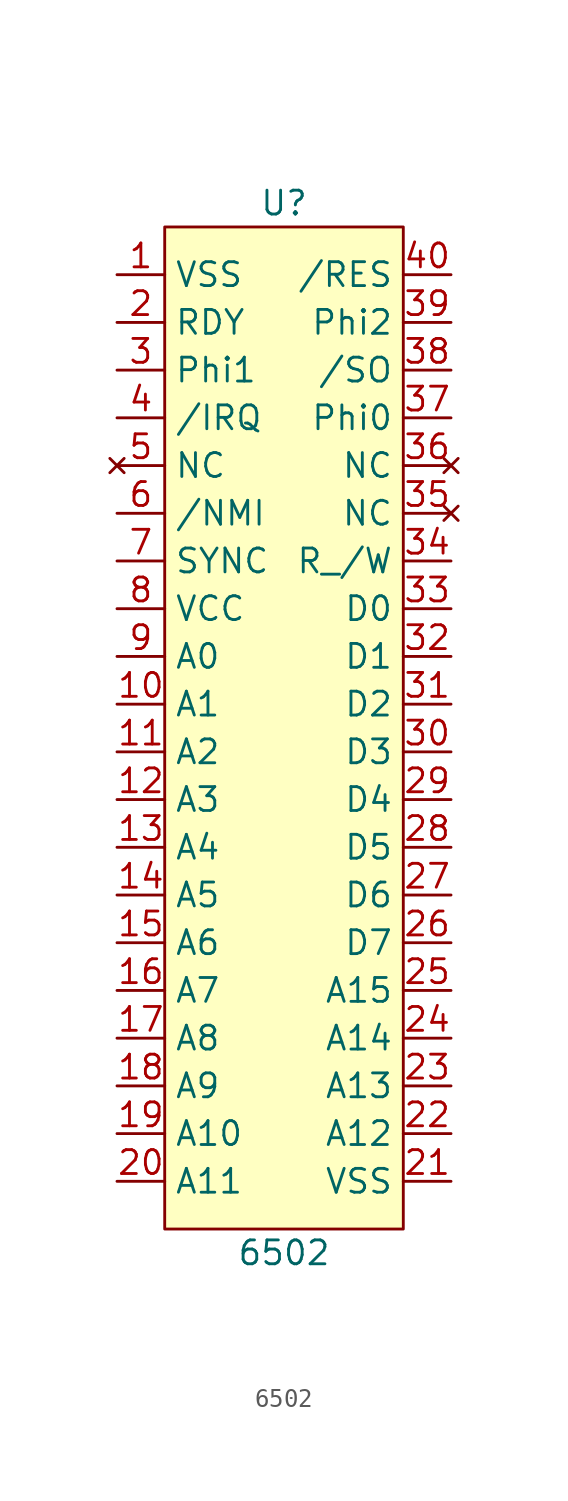
<source format=kicad_sym>
(kicad_symbol_lib
  (version 20220914)
  (generator kicad_symbol_editor)
  (symbol "6502"
    (property "Reference" "U"
      (at 0 27.94 0)
      (effects (font (size 1.27 1.27))))
    (property "Value" "6502"
      (at 0 -27.94 0)
      (effects (font (size 1.27 1.27))))
    (symbol "6502_0_1"
      (rectangle (start -6.35 26.67) (end 6.35 -26.67) (stroke (width 0) (type default)) (fill (type background))))
    (symbol "6502_1_1"
      (pin power_in line (at -8.89 24.13 0) (length 2.54) (name "VSS" (effects (font (size 1.27 1.27)))) (number "1" (effects (font (size 1.27 1.27)))))
      (pin output line (at -8.89 1.27 0) (length 2.54) (name "A1" (effects (font (size 1.27 1.27)))) (number "10" (effects (font (size 1.27 1.27)))))
      (pin output line (at -8.89 -1.27 0) (length 2.54) (name "A2" (effects (font (size 1.27 1.27)))) (number "11" (effects (font (size 1.27 1.27)))))
      (pin output line (at -8.89 -3.81 0) (length 2.54) (name "A3" (effects (font (size 1.27 1.27)))) (number "12" (effects (font (size 1.27 1.27)))))
      (pin output line (at -8.89 -6.35 0) (length 2.54) (name "A4" (effects (font (size 1.27 1.27)))) (number "13" (effects (font (size 1.27 1.27)))))
      (pin output line (at -8.89 -8.89 0) (length 2.54) (name "A5" (effects (font (size 1.27 1.27)))) (number "14" (effects (font (size 1.27 1.27)))))
      (pin output line (at -8.89 -11.43 0) (length 2.54) (name "A6" (effects (font (size 1.27 1.27)))) (number "15" (effects (font (size 1.27 1.27)))))
      (pin output line (at -8.89 -13.97 0) (length 2.54) (name "A7" (effects (font (size 1.27 1.27)))) (number "16" (effects (font (size 1.27 1.27)))))
      (pin output line (at -8.89 -16.51 0) (length 2.54) (name "A8" (effects (font (size 1.27 1.27)))) (number "17" (effects (font (size 1.27 1.27)))))
      (pin output line (at -8.89 -19.05 0) (length 2.54) (name "A9" (effects (font (size 1.27 1.27)))) (number "18" (effects (font (size 1.27 1.27)))))
      (pin output line (at -8.89 -21.59 0) (length 2.54) (name "A10" (effects (font (size 1.27 1.27)))) (number "19" (effects (font (size 1.27 1.27)))))
      (pin input line (at -8.89 21.59 0) (length 2.54) (name "RDY" (effects (font (size 1.27 1.27)))) (number "2" (effects (font (size 1.27 1.27)))))
      (pin output line (at -8.89 -24.13 0) (length 2.54) (name "A11" (effects (font (size 1.27 1.27)))) (number "20" (effects (font (size 1.27 1.27)))))
      (pin output line (at 8.89 -24.13 180) (length 2.54) (name "VSS" (effects (font (size 1.27 1.27)))) (number "21" (effects (font (size 1.27 1.27)))))
      (pin output line (at 8.89 -21.59 180) (length 2.54) (name "A12" (effects (font (size 1.27 1.27)))) (number "22" (effects (font (size 1.27 1.27)))))
      (pin output line (at 8.89 -19.05 180) (length 2.54) (name "A13" (effects (font (size 1.27 1.27)))) (number "23" (effects (font (size 1.27 1.27)))))
      (pin output line (at 8.89 -16.51 180) (length 2.54) (name "A14" (effects (font (size 1.27 1.27)))) (number "24" (effects (font (size 1.27 1.27)))))
      (pin output line (at 8.89 -13.97 180) (length 2.54) (name "A15" (effects (font (size 1.27 1.27)))) (number "25" (effects (font (size 1.27 1.27)))))
      (pin bidirectional line (at 8.89 -11.43 180) (length 2.54) (name "D7" (effects (font (size 1.27 1.27)))) (number "26" (effects (font (size 1.27 1.27)))))
      (pin bidirectional line (at 8.89 -8.89 180) (length 2.54) (name "D6" (effects (font (size 1.27 1.27)))) (number "27" (effects (font (size 1.27 1.27)))))
      (pin bidirectional line (at 8.89 -6.35 180) (length 2.54) (name "D5" (effects (font (size 1.27 1.27)))) (number "28" (effects (font (size 1.27 1.27)))))
      (pin bidirectional line (at 8.89 -3.81 180) (length 2.54) (name "D4" (effects (font (size 1.27 1.27)))) (number "29" (effects (font (size 1.27 1.27)))))
      (pin output line (at -8.89 19.05 0) (length 2.54) (name "Phi1" (effects (font (size 1.27 1.27)))) (number "3" (effects (font (size 1.27 1.27)))))
      (pin bidirectional line (at 8.89 -1.27 180) (length 2.54) (name "D3" (effects (font (size 1.27 1.27)))) (number "30" (effects (font (size 1.27 1.27)))))
      (pin bidirectional line (at 8.89 1.27 180) (length 2.54) (name "D2" (effects (font (size 1.27 1.27)))) (number "31" (effects (font (size 1.27 1.27)))))
      (pin bidirectional line (at 8.89 3.81 180) (length 2.54) (name "D1" (effects (font (size 1.27 1.27)))) (number "32" (effects (font (size 1.27 1.27)))))
      (pin bidirectional line (at 8.89 6.35 180) (length 2.54) (name "D0" (effects (font (size 1.27 1.27)))) (number "33" (effects (font (size 1.27 1.27)))))
      (pin output line (at 8.89 8.89 180) (length 2.54) (name "R_/W" (effects (font (size 1.27 1.27)))) (number "34" (effects (font (size 1.27 1.27)))))
      (pin no_connect line (at 8.89 11.43 180) (length 2.54) (name "NC" (effects (font (size 1.27 1.27)))) (number "35" (effects (font (size 1.27 1.27)))))
      (pin no_connect line (at 8.89 13.97 180) (length 2.54) (name "NC" (effects (font (size 1.27 1.27)))) (number "36" (effects (font (size 1.27 1.27)))))
      (pin input line (at 8.89 16.51 180) (length 2.54) (name "Phi0" (effects (font (size 1.27 1.27)))) (number "37" (effects (font (size 1.27 1.27)))))
      (pin input line (at 8.89 19.05 180) (length 2.54) (name "/SO" (effects (font (size 1.27 1.27)))) (number "38" (effects (font (size 1.27 1.27)))))
      (pin output line (at 8.89 21.59 180) (length 2.54) (name "Phi2" (effects (font (size 1.27 1.27)))) (number "39" (effects (font (size 1.27 1.27)))))
      (pin input line (at -8.89 16.51 0) (length 2.54) (name "/IRQ" (effects (font (size 1.27 1.27)))) (number "4" (effects (font (size 1.27 1.27)))))
      (pin input line (at 8.89 24.13 180) (length 2.54) (name "/RES" (effects (font (size 1.27 1.27)))) (number "40" (effects (font (size 1.27 1.27)))))
      (pin no_connect line (at -8.89 13.97 0) (length 2.54) (name "NC" (effects (font (size 1.27 1.27)))) (number "5" (effects (font (size 1.27 1.27)))))
      (pin input line (at -8.89 11.43 0) (length 2.54) (name "/NMI" (effects (font (size 1.27 1.27)))) (number "6" (effects (font (size 1.27 1.27)))))
      (pin output line (at -8.89 8.89 0) (length 2.54) (name "SYNC" (effects (font (size 1.27 1.27)))) (number "7" (effects (font (size 1.27 1.27)))))
      (pin power_in line (at -8.89 6.35 0) (length 2.54) (name "VCC" (effects (font (size 1.27 1.27)))) (number "8" (effects (font (size 1.27 1.27)))))
      (pin output line (at -8.89 3.81 0) (length 2.54) (name "A0" (effects (font (size 1.27 1.27)))) (number "9" (effects (font (size 1.27 1.27))))))))
</source>
